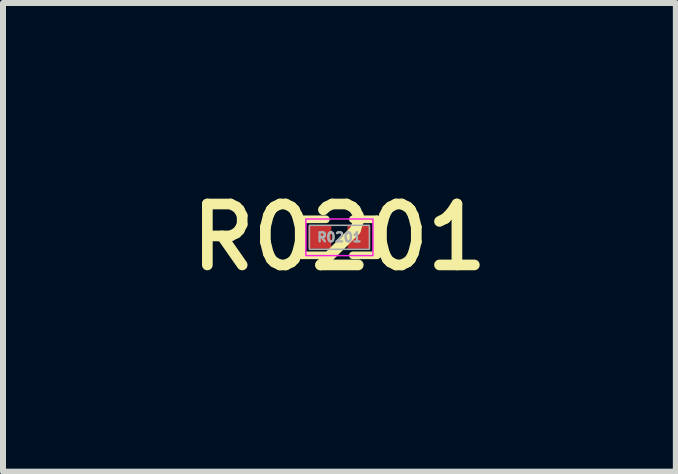
<source format=kicad_pcb>
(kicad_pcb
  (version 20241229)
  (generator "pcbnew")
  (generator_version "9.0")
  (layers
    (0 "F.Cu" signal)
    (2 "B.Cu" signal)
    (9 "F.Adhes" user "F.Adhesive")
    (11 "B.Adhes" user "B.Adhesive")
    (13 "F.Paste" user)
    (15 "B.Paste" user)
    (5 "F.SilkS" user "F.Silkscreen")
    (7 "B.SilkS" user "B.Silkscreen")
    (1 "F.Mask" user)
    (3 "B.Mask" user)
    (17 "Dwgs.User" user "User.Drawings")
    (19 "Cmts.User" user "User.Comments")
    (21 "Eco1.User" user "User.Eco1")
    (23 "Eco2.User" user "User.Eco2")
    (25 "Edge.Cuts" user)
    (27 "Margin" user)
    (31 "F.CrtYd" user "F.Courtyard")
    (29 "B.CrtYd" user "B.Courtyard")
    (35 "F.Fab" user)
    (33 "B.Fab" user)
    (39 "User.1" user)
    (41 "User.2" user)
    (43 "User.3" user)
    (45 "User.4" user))
  (footprint "R0201"
    (layer "F.Cu")
    (at 2.608 0.906)
    (property "Reference" "R0201" (at 0 0 0) (layer "F.SilkS") (effects (font (size 1.016 1.016) (thickness 0.178))))
    (attr smd)
    (fp_line (start -0.625 -0.3) (end -0.625 0.3) (stroke (width 0.127) (type solid)) (layer "F.SilkS"))
    (fp_line (start -0.225 -0.3) (end -0.625 -0.3) (stroke (width 0.127) (type solid)) (layer "F.SilkS"))
    (fp_line (start -0.225 0.3) (end -0.625 0.3) (stroke (width 0.127) (type solid)) (layer "F.SilkS"))
    (fp_line (start 0.625 -0.3) (end 0.225 -0.3) (stroke (width 0.127) (type solid)) (layer "F.SilkS"))
    (fp_line (start 0.625 -0.3) (end 0.625 0.3) (stroke (width 0.127) (type solid)) (layer "F.SilkS"))
    (fp_line (start 0.625 0.3) (end 0.225 0.3) (stroke (width 0.127) (type solid)) (layer "F.SilkS"))
    (fp_rect (start -0.559 -0.305) (end 0.559 0.305) (stroke (width 0.025) (type solid)) (fill no) (layer "F.CrtYd"))
    (fp_rect (start -0.5 -0.2) (end 0.5 0.2) (stroke (width 0.025) (type solid)) (fill no) (layer "F.Fab"))
    (fp_text user "${REFERENCE}" (at 0 0 0) (layer "F.Fab") (effects (font (size 0.152 0.152) (thickness 0.038) (bold yes))))
    (pad "1" smd rect (at -0.325 0) (size 0.38 0.38) (layers "F.Cu" "F.Mask" "F.Paste"))
    (pad "2" smd rect (at 0.325 0) (size 0.38 0.38) (layers "F.Cu" "F.Mask" "F.Paste")))
  (gr_rect
    (start -3 -3)
    (end 8.217 4.813)
    (stroke (width 0.1) (type default))
    (fill no)
    (layer "Edge.Cuts")))
</source>
